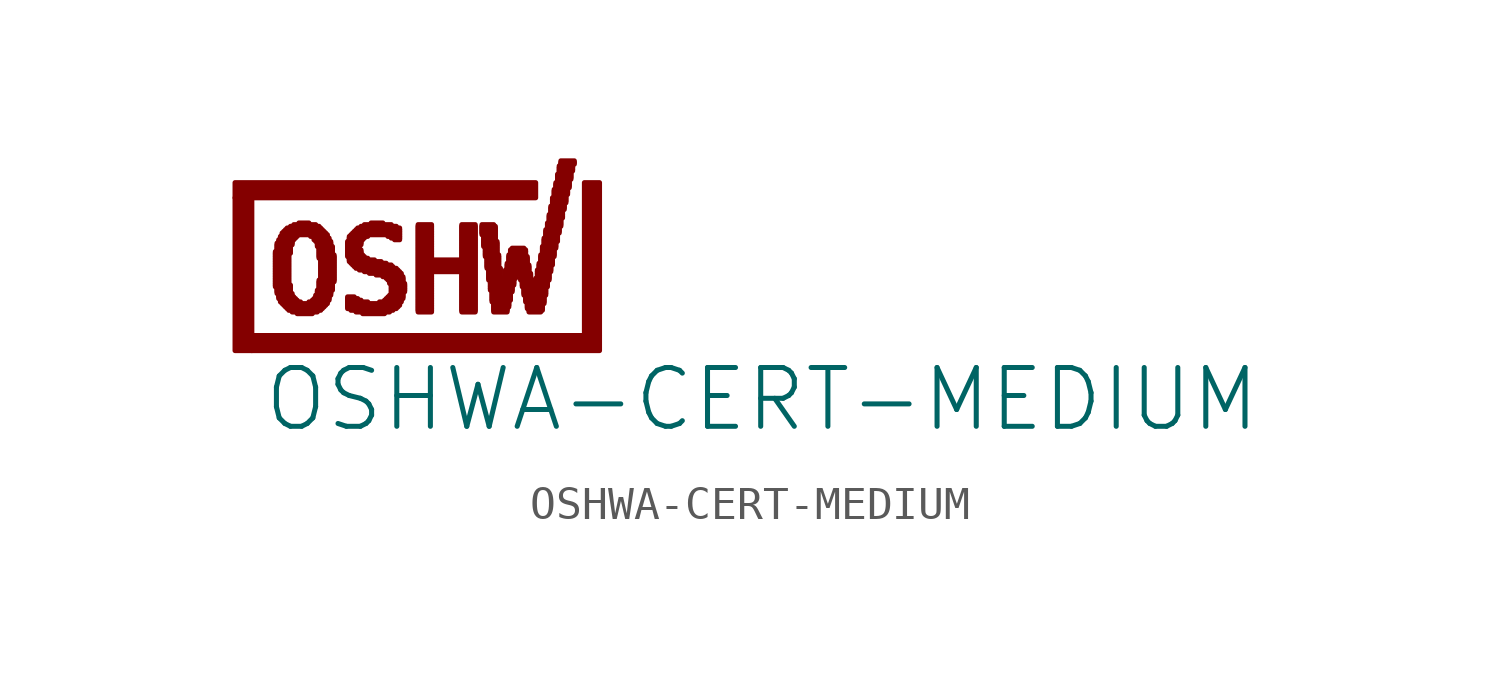
<source format=kicad_sym>
(kicad_symbol_lib
  (version 20211014)
  (generator kicad_symbol_editor)
  (symbol "OSHWA-CERT-MEDIUM"
    (property "Reference" "LABEL"
      (at 0 0 0)
      (effects (font (size 1.27 1.27)) hide))
    (property "Value" "OSHWA-CERT-MEDIUM"
      (at -4.699 -2.54 0)
      (effects (font (size 1.778 1.778)) (justify left bottom)))
    (property "ki_locked" ""
      (at 0 0 0)
      (effects (font (size 1.27 1.27))))
    (symbol "OSHWA-CERT-MEDIUM_1_0"
      (rectangle (start -5.512 -0.025) (end -5.004 4.597) (stroke (width 0) (type default) (color 0 0 0 0)) (fill (type outline)))
      (rectangle (start -5.512 4.597) (end 3.581 5.055) (stroke (width 0) (type default) (color 0 0 0 0)) (fill (type outline)))
      (rectangle (start -5.004 -0.025) (end 5.512 0.432) (stroke (width 0) (type default) (color 0 0 0 0)) (fill (type outline)))
      (rectangle (start -4.293 1.905) (end -3.835 1.956) (stroke (width 0) (type default) (color 0 0 0 0)) (fill (type outline)))
      (rectangle (start -4.293 1.956) (end -3.886 2.007) (stroke (width 0) (type default) (color 0 0 0 0)) (fill (type outline)))
      (rectangle (start -4.293 2.007) (end -3.886 2.057) (stroke (width 0) (type default) (color 0 0 0 0)) (fill (type outline)))
      (rectangle (start -4.293 2.057) (end -3.886 2.108) (stroke (width 0) (type default) (color 0 0 0 0)) (fill (type outline)))
      (rectangle (start -4.293 2.108) (end -3.886 2.159) (stroke (width 0) (type default) (color 0 0 0 0)) (fill (type outline)))
      (rectangle (start -4.293 2.159) (end -3.886 2.21) (stroke (width 0) (type default) (color 0 0 0 0)) (fill (type outline)))
      (rectangle (start -4.293 2.21) (end -3.886 2.261) (stroke (width 0) (type default) (color 0 0 0 0)) (fill (type outline)))
      (rectangle (start -4.293 2.261) (end -3.886 2.311) (stroke (width 0) (type default) (color 0 0 0 0)) (fill (type outline)))
      (rectangle (start -4.293 2.311) (end -3.886 2.362) (stroke (width 0) (type default) (color 0 0 0 0)) (fill (type outline)))
      (rectangle (start -4.293 2.362) (end -3.886 2.413) (stroke (width 0) (type default) (color 0 0 0 0)) (fill (type outline)))
      (rectangle (start -4.293 2.413) (end -3.886 2.464) (stroke (width 0) (type default) (color 0 0 0 0)) (fill (type outline)))
      (rectangle (start -4.293 2.464) (end -3.886 2.515) (stroke (width 0) (type default) (color 0 0 0 0)) (fill (type outline)))
      (rectangle (start -4.293 2.515) (end -3.886 2.565) (stroke (width 0) (type default) (color 0 0 0 0)) (fill (type outline)))
      (rectangle (start -4.293 2.565) (end -3.886 2.616) (stroke (width 0) (type default) (color 0 0 0 0)) (fill (type outline)))
      (rectangle (start -4.293 2.616) (end -3.886 2.667) (stroke (width 0) (type default) (color 0 0 0 0)) (fill (type outline)))
      (rectangle (start -4.293 2.667) (end -3.886 2.718) (stroke (width 0) (type default) (color 0 0 0 0)) (fill (type outline)))
      (rectangle (start -4.293 2.718) (end -3.886 2.769) (stroke (width 0) (type default) (color 0 0 0 0)) (fill (type outline)))
      (rectangle (start -4.293 2.769) (end -3.886 2.819) (stroke (width 0) (type default) (color 0 0 0 0)) (fill (type outline)))
      (rectangle (start -4.293 2.819) (end -3.886 2.87) (stroke (width 0) (type default) (color 0 0 0 0)) (fill (type outline)))
      (rectangle (start -4.293 2.87) (end -3.886 2.921) (stroke (width 0) (type default) (color 0 0 0 0)) (fill (type outline)))
      (rectangle (start -4.293 2.921) (end -3.835 2.972) (stroke (width 0) (type default) (color 0 0 0 0)) (fill (type outline)))
      (rectangle (start -4.242 1.702) (end -3.835 1.753) (stroke (width 0) (type default) (color 0 0 0 0)) (fill (type outline)))
      (rectangle (start -4.242 1.753) (end -3.835 1.803) (stroke (width 0) (type default) (color 0 0 0 0)) (fill (type outline)))
      (rectangle (start -4.242 1.803) (end -3.835 1.854) (stroke (width 0) (type default) (color 0 0 0 0)) (fill (type outline)))
      (rectangle (start -4.242 1.854) (end -3.835 1.905) (stroke (width 0) (type default) (color 0 0 0 0)) (fill (type outline)))
      (rectangle (start -4.242 2.972) (end -3.835 3.023) (stroke (width 0) (type default) (color 0 0 0 0)) (fill (type outline)))
      (rectangle (start -4.242 3.023) (end -3.835 3.073) (stroke (width 0) (type default) (color 0 0 0 0)) (fill (type outline)))
      (rectangle (start -4.242 3.073) (end -3.835 3.124) (stroke (width 0) (type default) (color 0 0 0 0)) (fill (type outline)))
      (rectangle (start -4.242 3.124) (end -3.835 3.175) (stroke (width 0) (type default) (color 0 0 0 0)) (fill (type outline)))
      (rectangle (start -4.242 3.175) (end -3.785 3.226) (stroke (width 0) (type default) (color 0 0 0 0)) (fill (type outline)))
      (rectangle (start -4.191 1.549) (end -3.734 1.6) (stroke (width 0) (type default) (color 0 0 0 0)) (fill (type outline)))
      (rectangle (start -4.191 1.6) (end -3.785 1.651) (stroke (width 0) (type default) (color 0 0 0 0)) (fill (type outline)))
      (rectangle (start -4.191 1.651) (end -3.785 1.702) (stroke (width 0) (type default) (color 0 0 0 0)) (fill (type outline)))
      (rectangle (start -4.191 3.226) (end -3.785 3.277) (stroke (width 0) (type default) (color 0 0 0 0)) (fill (type outline)))
      (rectangle (start -4.191 3.277) (end -3.785 3.327) (stroke (width 0) (type default) (color 0 0 0 0)) (fill (type outline)))
      (rectangle (start -4.14 1.448) (end -3.632 1.499) (stroke (width 0) (type default) (color 0 0 0 0)) (fill (type outline)))
      (rectangle (start -4.14 1.499) (end -3.683 1.549) (stroke (width 0) (type default) (color 0 0 0 0)) (fill (type outline)))
      (rectangle (start -4.14 3.327) (end -3.734 3.378) (stroke (width 0) (type default) (color 0 0 0 0)) (fill (type outline)))
      (rectangle (start -4.14 3.378) (end -3.683 3.429) (stroke (width 0) (type default) (color 0 0 0 0)) (fill (type outline)))
      (rectangle (start -4.089 1.397) (end -3.531 1.448) (stroke (width 0) (type default) (color 0 0 0 0)) (fill (type outline)))
      (rectangle (start -4.089 3.429) (end -3.632 3.48) (stroke (width 0) (type default) (color 0 0 0 0)) (fill (type outline)))
      (rectangle (start -4.089 3.48) (end -2.769 3.531) (stroke (width 0) (type default) (color 0 0 0 0)) (fill (type outline)))
      (rectangle (start -4.039 1.346) (end -2.769 1.397) (stroke (width 0) (type default) (color 0 0 0 0)) (fill (type outline)))
      (rectangle (start -4.039 3.531) (end -2.819 3.581) (stroke (width 0) (type default) (color 0 0 0 0)) (fill (type outline)))
      (rectangle (start -3.988 1.295) (end -2.819 1.346) (stroke (width 0) (type default) (color 0 0 0 0)) (fill (type outline)))
      (rectangle (start -3.988 3.581) (end -2.87 3.632) (stroke (width 0) (type default) (color 0 0 0 0)) (fill (type outline)))
      (rectangle (start -3.937 1.245) (end -2.87 1.295) (stroke (width 0) (type default) (color 0 0 0 0)) (fill (type outline)))
      (rectangle (start -3.937 3.632) (end -2.921 3.683) (stroke (width 0) (type default) (color 0 0 0 0)) (fill (type outline)))
      (rectangle (start -3.886 1.194) (end -2.921 1.245) (stroke (width 0) (type default) (color 0 0 0 0)) (fill (type outline)))
      (rectangle (start -3.835 3.683) (end -2.972 3.734) (stroke (width 0) (type default) (color 0 0 0 0)) (fill (type outline)))
      (rectangle (start -3.785 1.143) (end -3.023 1.194) (stroke (width 0) (type default) (color 0 0 0 0)) (fill (type outline)))
      (rectangle (start -3.734 3.734) (end -3.073 3.785) (stroke (width 0) (type default) (color 0 0 0 0)) (fill (type outline)))
      (rectangle (start -3.632 1.092) (end -3.175 1.143) (stroke (width 0) (type default) (color 0 0 0 0)) (fill (type outline)))
      (rectangle (start -3.581 3.785) (end -3.277 3.835) (stroke (width 0) (type default) (color 0 0 0 0)) (fill (type outline)))
      (rectangle (start -3.277 1.397) (end -2.718 1.448) (stroke (width 0) (type default) (color 0 0 0 0)) (fill (type outline)))
      (rectangle (start -3.226 3.429) (end -2.718 3.48) (stroke (width 0) (type default) (color 0 0 0 0)) (fill (type outline)))
      (rectangle (start -3.175 1.448) (end -2.718 1.499) (stroke (width 0) (type default) (color 0 0 0 0)) (fill (type outline)))
      (rectangle (start -3.124 1.499) (end -2.667 1.549) (stroke (width 0) (type default) (color 0 0 0 0)) (fill (type outline)))
      (rectangle (start -3.124 3.327) (end -2.667 3.378) (stroke (width 0) (type default) (color 0 0 0 0)) (fill (type outline)))
      (rectangle (start -3.124 3.378) (end -2.718 3.429) (stroke (width 0) (type default) (color 0 0 0 0)) (fill (type outline)))
      (rectangle (start -3.073 1.549) (end -2.667 1.6) (stroke (width 0) (type default) (color 0 0 0 0)) (fill (type outline)))
      (rectangle (start -3.073 1.6) (end -2.667 1.651) (stroke (width 0) (type default) (color 0 0 0 0)) (fill (type outline)))
      (rectangle (start -3.073 3.277) (end -2.667 3.327) (stroke (width 0) (type default) (color 0 0 0 0)) (fill (type outline)))
      (rectangle (start -3.023 1.651) (end -2.616 1.702) (stroke (width 0) (type default) (color 0 0 0 0)) (fill (type outline)))
      (rectangle (start -3.023 1.702) (end -2.616 1.753) (stroke (width 0) (type default) (color 0 0 0 0)) (fill (type outline)))
      (rectangle (start -3.023 1.753) (end -2.616 1.803) (stroke (width 0) (type default) (color 0 0 0 0)) (fill (type outline)))
      (rectangle (start -3.023 3.124) (end -2.616 3.175) (stroke (width 0) (type default) (color 0 0 0 0)) (fill (type outline)))
      (rectangle (start -3.023 3.175) (end -2.616 3.226) (stroke (width 0) (type default) (color 0 0 0 0)) (fill (type outline)))
      (rectangle (start -3.023 3.226) (end -2.616 3.277) (stroke (width 0) (type default) (color 0 0 0 0)) (fill (type outline)))
      (rectangle (start -2.972 1.803) (end -2.565 1.854) (stroke (width 0) (type default) (color 0 0 0 0)) (fill (type outline)))
      (rectangle (start -2.972 1.854) (end -2.565 1.905) (stroke (width 0) (type default) (color 0 0 0 0)) (fill (type outline)))
      (rectangle (start -2.972 1.905) (end -2.565 1.956) (stroke (width 0) (type default) (color 0 0 0 0)) (fill (type outline)))
      (rectangle (start -2.972 1.956) (end -2.565 2.007) (stroke (width 0) (type default) (color 0 0 0 0)) (fill (type outline)))
      (rectangle (start -2.972 2.007) (end -2.565 2.057) (stroke (width 0) (type default) (color 0 0 0 0)) (fill (type outline)))
      (rectangle (start -2.972 2.057) (end -2.515 2.108) (stroke (width 0) (type default) (color 0 0 0 0)) (fill (type outline)))
      (rectangle (start -2.972 2.769) (end -2.515 2.819) (stroke (width 0) (type default) (color 0 0 0 0)) (fill (type outline)))
      (rectangle (start -2.972 2.819) (end -2.515 2.87) (stroke (width 0) (type default) (color 0 0 0 0)) (fill (type outline)))
      (rectangle (start -2.972 2.87) (end -2.565 2.921) (stroke (width 0) (type default) (color 0 0 0 0)) (fill (type outline)))
      (rectangle (start -2.972 2.921) (end -2.565 2.972) (stroke (width 0) (type default) (color 0 0 0 0)) (fill (type outline)))
      (rectangle (start -2.972 2.972) (end -2.565 3.023) (stroke (width 0) (type default) (color 0 0 0 0)) (fill (type outline)))
      (rectangle (start -2.972 3.023) (end -2.565 3.073) (stroke (width 0) (type default) (color 0 0 0 0)) (fill (type outline)))
      (rectangle (start -2.972 3.073) (end -2.565 3.124) (stroke (width 0) (type default) (color 0 0 0 0)) (fill (type outline)))
      (rectangle (start -2.921 2.108) (end -2.515 2.159) (stroke (width 0) (type default) (color 0 0 0 0)) (fill (type outline)))
      (rectangle (start -2.921 2.159) (end -2.515 2.21) (stroke (width 0) (type default) (color 0 0 0 0)) (fill (type outline)))
      (rectangle (start -2.921 2.21) (end -2.515 2.261) (stroke (width 0) (type default) (color 0 0 0 0)) (fill (type outline)))
      (rectangle (start -2.921 2.261) (end -2.515 2.311) (stroke (width 0) (type default) (color 0 0 0 0)) (fill (type outline)))
      (rectangle (start -2.921 2.311) (end -2.515 2.362) (stroke (width 0) (type default) (color 0 0 0 0)) (fill (type outline)))
      (rectangle (start -2.921 2.362) (end -2.515 2.413) (stroke (width 0) (type default) (color 0 0 0 0)) (fill (type outline)))
      (rectangle (start -2.921 2.413) (end -2.515 2.464) (stroke (width 0) (type default) (color 0 0 0 0)) (fill (type outline)))
      (rectangle (start -2.921 2.464) (end -2.515 2.515) (stroke (width 0) (type default) (color 0 0 0 0)) (fill (type outline)))
      (rectangle (start -2.921 2.515) (end -2.515 2.565) (stroke (width 0) (type default) (color 0 0 0 0)) (fill (type outline)))
      (rectangle (start -2.921 2.565) (end -2.515 2.616) (stroke (width 0) (type default) (color 0 0 0 0)) (fill (type outline)))
      (rectangle (start -2.921 2.616) (end -2.515 2.667) (stroke (width 0) (type default) (color 0 0 0 0)) (fill (type outline)))
      (rectangle (start -2.921 2.667) (end -2.515 2.718) (stroke (width 0) (type default) (color 0 0 0 0)) (fill (type outline)))
      (rectangle (start -2.921 2.718) (end -2.515 2.769) (stroke (width 0) (type default) (color 0 0 0 0)) (fill (type outline)))
      (rectangle (start -2.108 1.245) (end -0.635 1.295) (stroke (width 0) (type default) (color 0 0 0 0)) (fill (type outline)))
      (rectangle (start -2.108 1.295) (end -0.584 1.346) (stroke (width 0) (type default) (color 0 0 0 0)) (fill (type outline)))
      (rectangle (start -2.108 1.346) (end -0.533 1.397) (stroke (width 0) (type default) (color 0 0 0 0)) (fill (type outline)))
      (rectangle (start -2.108 1.397) (end -1.499 1.448) (stroke (width 0) (type default) (color 0 0 0 0)) (fill (type outline)))
      (rectangle (start -2.108 1.448) (end -1.702 1.499) (stroke (width 0) (type default) (color 0 0 0 0)) (fill (type outline)))
      (rectangle (start -2.108 1.499) (end -1.803 1.549) (stroke (width 0) (type default) (color 0 0 0 0)) (fill (type outline)))
      (rectangle (start -2.108 1.549) (end -1.905 1.6) (stroke (width 0) (type default) (color 0 0 0 0)) (fill (type outline)))
      (rectangle (start -2.108 2.819) (end -1.651 2.87) (stroke (width 0) (type default) (color 0 0 0 0)) (fill (type outline)))
      (rectangle (start -2.108 2.87) (end -1.702 2.921) (stroke (width 0) (type default) (color 0 0 0 0)) (fill (type outline)))
      (rectangle (start -2.108 2.921) (end -1.702 2.972) (stroke (width 0) (type default) (color 0 0 0 0)) (fill (type outline)))
      (rectangle (start -2.108 2.972) (end -1.702 3.023) (stroke (width 0) (type default) (color 0 0 0 0)) (fill (type outline)))
      (rectangle (start -2.108 3.023) (end -1.753 3.073) (stroke (width 0) (type default) (color 0 0 0 0)) (fill (type outline)))
      (rectangle (start -2.108 3.073) (end -1.753 3.124) (stroke (width 0) (type default) (color 0 0 0 0)) (fill (type outline)))
      (rectangle (start -2.108 3.124) (end -1.753 3.175) (stroke (width 0) (type default) (color 0 0 0 0)) (fill (type outline)))
      (rectangle (start -2.108 3.175) (end -1.702 3.226) (stroke (width 0) (type default) (color 0 0 0 0)) (fill (type outline)))
      (rectangle (start -2.108 3.226) (end -1.702 3.277) (stroke (width 0) (type default) (color 0 0 0 0)) (fill (type outline)))
      (rectangle (start -2.057 2.667) (end -1.295 2.718) (stroke (width 0) (type default) (color 0 0 0 0)) (fill (type outline)))
      (rectangle (start -2.057 2.718) (end -1.499 2.769) (stroke (width 0) (type default) (color 0 0 0 0)) (fill (type outline)))
      (rectangle (start -2.057 2.769) (end -1.6 2.819) (stroke (width 0) (type default) (color 0 0 0 0)) (fill (type outline)))
      (rectangle (start -2.057 3.277) (end -1.702 3.327) (stroke (width 0) (type default) (color 0 0 0 0)) (fill (type outline)))
      (rectangle (start -2.057 3.327) (end -1.651 3.378) (stroke (width 0) (type default) (color 0 0 0 0)) (fill (type outline)))
      (rectangle (start -2.057 3.378) (end -1.6 3.429) (stroke (width 0) (type default) (color 0 0 0 0)) (fill (type outline)))
      (rectangle (start -2.007 1.194) (end -0.737 1.245) (stroke (width 0) (type default) (color 0 0 0 0)) (fill (type outline)))
      (rectangle (start -2.007 2.616) (end -1.092 2.667) (stroke (width 0) (type default) (color 0 0 0 0)) (fill (type outline)))
      (rectangle (start -2.007 3.429) (end -1.499 3.48) (stroke (width 0) (type default) (color 0 0 0 0)) (fill (type outline)))
      (rectangle (start -1.956 2.565) (end -0.94 2.616) (stroke (width 0) (type default) (color 0 0 0 0)) (fill (type outline)))
      (rectangle (start -1.956 3.48) (end -0.533 3.531) (stroke (width 0) (type default) (color 0 0 0 0)) (fill (type outline)))
      (rectangle (start -1.905 2.515) (end -0.787 2.565) (stroke (width 0) (type default) (color 0 0 0 0)) (fill (type outline)))
      (rectangle (start -1.905 3.531) (end -0.533 3.581) (stroke (width 0) (type default) (color 0 0 0 0)) (fill (type outline)))
      (rectangle (start -1.854 1.143) (end -0.838 1.194) (stroke (width 0) (type default) (color 0 0 0 0)) (fill (type outline)))
      (rectangle (start -1.854 2.464) (end -0.737 2.515) (stroke (width 0) (type default) (color 0 0 0 0)) (fill (type outline)))
      (rectangle (start -1.854 3.581) (end -0.533 3.632) (stroke (width 0) (type default) (color 0 0 0 0)) (fill (type outline)))
      (rectangle (start -1.803 3.632) (end -0.533 3.683) (stroke (width 0) (type default) (color 0 0 0 0)) (fill (type outline)))
      (rectangle (start -1.753 2.413) (end -0.635 2.464) (stroke (width 0) (type default) (color 0 0 0 0)) (fill (type outline)))
      (rectangle (start -1.702 3.683) (end -0.635 3.734) (stroke (width 0) (type default) (color 0 0 0 0)) (fill (type outline)))
      (rectangle (start -1.651 1.092) (end -0.991 1.143) (stroke (width 0) (type default) (color 0 0 0 0)) (fill (type outline)))
      (rectangle (start -1.6 2.362) (end -0.584 2.413) (stroke (width 0) (type default) (color 0 0 0 0)) (fill (type outline)))
      (rectangle (start -1.6 3.734) (end -0.787 3.785) (stroke (width 0) (type default) (color 0 0 0 0)) (fill (type outline)))
      (rectangle (start -1.448 2.311) (end -0.533 2.362) (stroke (width 0) (type default) (color 0 0 0 0)) (fill (type outline)))
      (rectangle (start -1.397 3.785) (end -1.041 3.835) (stroke (width 0) (type default) (color 0 0 0 0)) (fill (type outline)))
      (rectangle (start -1.245 2.261) (end -0.483 2.311) (stroke (width 0) (type default) (color 0 0 0 0)) (fill (type outline)))
      (rectangle (start -1.143 1.397) (end -0.533 1.448) (stroke (width 0) (type default) (color 0 0 0 0)) (fill (type outline)))
      (rectangle (start -1.041 2.21) (end -0.483 2.261) (stroke (width 0) (type default) (color 0 0 0 0)) (fill (type outline)))
      (rectangle (start -0.991 1.448) (end -0.483 1.499) (stroke (width 0) (type default) (color 0 0 0 0)) (fill (type outline)))
      (rectangle (start -0.94 1.499) (end -0.483 1.549) (stroke (width 0) (type default) (color 0 0 0 0)) (fill (type outline)))
      (rectangle (start -0.94 2.159) (end -0.432 2.21) (stroke (width 0) (type default) (color 0 0 0 0)) (fill (type outline)))
      (rectangle (start -0.889 1.549) (end -0.432 1.6) (stroke (width 0) (type default) (color 0 0 0 0)) (fill (type outline)))
      (rectangle (start -0.889 2.108) (end -0.432 2.159) (stroke (width 0) (type default) (color 0 0 0 0)) (fill (type outline)))
      (rectangle (start -0.889 3.429) (end -0.533 3.48) (stroke (width 0) (type default) (color 0 0 0 0)) (fill (type outline)))
      (rectangle (start -0.838 1.6) (end -0.432 1.651) (stroke (width 0) (type default) (color 0 0 0 0)) (fill (type outline)))
      (rectangle (start -0.838 2.007) (end -0.432 2.057) (stroke (width 0) (type default) (color 0 0 0 0)) (fill (type outline)))
      (rectangle (start -0.838 2.057) (end -0.432 2.108) (stroke (width 0) (type default) (color 0 0 0 0)) (fill (type outline)))
      (rectangle (start -0.787 1.651) (end -0.432 1.702) (stroke (width 0) (type default) (color 0 0 0 0)) (fill (type outline)))
      (rectangle (start -0.787 1.702) (end -0.432 1.753) (stroke (width 0) (type default) (color 0 0 0 0)) (fill (type outline)))
      (rectangle (start -0.787 1.753) (end -0.381 1.803) (stroke (width 0) (type default) (color 0 0 0 0)) (fill (type outline)))
      (rectangle (start -0.787 1.803) (end -0.381 1.854) (stroke (width 0) (type default) (color 0 0 0 0)) (fill (type outline)))
      (rectangle (start -0.787 1.854) (end -0.381 1.905) (stroke (width 0) (type default) (color 0 0 0 0)) (fill (type outline)))
      (rectangle (start -0.787 1.905) (end -0.381 1.956) (stroke (width 0) (type default) (color 0 0 0 0)) (fill (type outline)))
      (rectangle (start -0.787 1.956) (end -0.381 2.007) (stroke (width 0) (type default) (color 0 0 0 0)) (fill (type outline)))
      (rectangle (start -0.787 3.378) (end -0.533 3.429) (stroke (width 0) (type default) (color 0 0 0 0)) (fill (type outline)))
      (rectangle (start -0.686 3.327) (end -0.533 3.378) (stroke (width 0) (type default) (color 0 0 0 0)) (fill (type outline)))
      (rectangle (start 0.025 1.143) (end 0.432 1.194) (stroke (width 0) (type default) (color 0 0 0 0)) (fill (type outline)))
      (rectangle (start 0.025 1.194) (end 0.432 1.245) (stroke (width 0) (type default) (color 0 0 0 0)) (fill (type outline)))
      (rectangle (start 0.025 1.245) (end 0.432 1.295) (stroke (width 0) (type default) (color 0 0 0 0)) (fill (type outline)))
      (rectangle (start 0.025 1.295) (end 0.432 1.346) (stroke (width 0) (type default) (color 0 0 0 0)) (fill (type outline)))
      (rectangle (start 0.025 1.346) (end 0.432 1.397) (stroke (width 0) (type default) (color 0 0 0 0)) (fill (type outline)))
      (rectangle (start 0.025 1.397) (end 0.432 1.448) (stroke (width 0) (type default) (color 0 0 0 0)) (fill (type outline)))
      (rectangle (start 0.025 1.448) (end 0.432 1.499) (stroke (width 0) (type default) (color 0 0 0 0)) (fill (type outline)))
      (rectangle (start 0.025 1.499) (end 0.432 1.549) (stroke (width 0) (type default) (color 0 0 0 0)) (fill (type outline)))
      (rectangle (start 0.025 1.549) (end 0.432 1.6) (stroke (width 0) (type default) (color 0 0 0 0)) (fill (type outline)))
      (rectangle (start 0.025 1.6) (end 0.432 1.651) (stroke (width 0) (type default) (color 0 0 0 0)) (fill (type outline)))
      (rectangle (start 0.025 1.651) (end 0.432 1.702) (stroke (width 0) (type default) (color 0 0 0 0)) (fill (type outline)))
      (rectangle (start 0.025 1.702) (end 0.432 1.753) (stroke (width 0) (type default) (color 0 0 0 0)) (fill (type outline)))
      (rectangle (start 0.025 1.753) (end 0.432 1.803) (stroke (width 0) (type default) (color 0 0 0 0)) (fill (type outline)))
      (rectangle (start 0.025 1.803) (end 0.432 1.854) (stroke (width 0) (type default) (color 0 0 0 0)) (fill (type outline)))
      (rectangle (start 0.025 1.854) (end 0.432 1.905) (stroke (width 0) (type default) (color 0 0 0 0)) (fill (type outline)))
      (rectangle (start 0.025 1.905) (end 0.432 1.956) (stroke (width 0) (type default) (color 0 0 0 0)) (fill (type outline)))
      (rectangle (start 0.025 1.956) (end 0.432 2.007) (stroke (width 0) (type default) (color 0 0 0 0)) (fill (type outline)))
      (rectangle (start 0.025 2.007) (end 0.432 2.057) (stroke (width 0) (type default) (color 0 0 0 0)) (fill (type outline)))
      (rectangle (start 0.025 2.057) (end 0.432 2.108) (stroke (width 0) (type default) (color 0 0 0 0)) (fill (type outline)))
      (rectangle (start 0.025 2.108) (end 0.432 2.159) (stroke (width 0) (type default) (color 0 0 0 0)) (fill (type outline)))
      (rectangle (start 0.025 2.159) (end 0.432 2.21) (stroke (width 0) (type default) (color 0 0 0 0)) (fill (type outline)))
      (rectangle (start 0.025 2.21) (end 0.432 2.261) (stroke (width 0) (type default) (color 0 0 0 0)) (fill (type outline)))
      (rectangle (start 0.025 2.261) (end 0.432 2.311) (stroke (width 0) (type default) (color 0 0 0 0)) (fill (type outline)))
      (rectangle (start 0.025 2.311) (end 0.432 2.362) (stroke (width 0) (type default) (color 0 0 0 0)) (fill (type outline)))
      (rectangle (start 0.025 2.362) (end 1.753 2.413) (stroke (width 0) (type default) (color 0 0 0 0)) (fill (type outline)))
      (rectangle (start 0.025 2.413) (end 1.753 2.464) (stroke (width 0) (type default) (color 0 0 0 0)) (fill (type outline)))
      (rectangle (start 0.025 2.464) (end 1.753 2.515) (stroke (width 0) (type default) (color 0 0 0 0)) (fill (type outline)))
      (rectangle (start 0.025 2.515) (end 1.753 2.565) (stroke (width 0) (type default) (color 0 0 0 0)) (fill (type outline)))
      (rectangle (start 0.025 2.565) (end 1.753 2.616) (stroke (width 0) (type default) (color 0 0 0 0)) (fill (type outline)))
      (rectangle (start 0.025 2.616) (end 1.753 2.667) (stroke (width 0) (type default) (color 0 0 0 0)) (fill (type outline)))
      (rectangle (start 0.025 2.667) (end 1.753 2.718) (stroke (width 0) (type default) (color 0 0 0 0)) (fill (type outline)))
      (rectangle (start 0.025 2.718) (end 0.432 2.769) (stroke (width 0) (type default) (color 0 0 0 0)) (fill (type outline)))
      (rectangle (start 0.025 2.769) (end 0.432 2.819) (stroke (width 0) (type default) (color 0 0 0 0)) (fill (type outline)))
      (rectangle (start 0.025 2.819) (end 0.432 2.87) (stroke (width 0) (type default) (color 0 0 0 0)) (fill (type outline)))
      (rectangle (start 0.025 2.87) (end 0.432 2.921) (stroke (width 0) (type default) (color 0 0 0 0)) (fill (type outline)))
      (rectangle (start 0.025 2.921) (end 0.432 2.972) (stroke (width 0) (type default) (color 0 0 0 0)) (fill (type outline)))
      (rectangle (start 0.025 2.972) (end 0.432 3.023) (stroke (width 0) (type default) (color 0 0 0 0)) (fill (type outline)))
      (rectangle (start 0.025 3.023) (end 0.432 3.073) (stroke (width 0) (type default) (color 0 0 0 0)) (fill (type outline)))
      (rectangle (start 0.025 3.073) (end 0.432 3.124) (stroke (width 0) (type default) (color 0 0 0 0)) (fill (type outline)))
      (rectangle (start 0.025 3.124) (end 0.432 3.175) (stroke (width 0) (type default) (color 0 0 0 0)) (fill (type outline)))
      (rectangle (start 0.025 3.175) (end 0.432 3.226) (stroke (width 0) (type default) (color 0 0 0 0)) (fill (type outline)))
      (rectangle (start 0.025 3.226) (end 0.432 3.277) (stroke (width 0) (type default) (color 0 0 0 0)) (fill (type outline)))
      (rectangle (start 0.025 3.277) (end 0.432 3.327) (stroke (width 0) (type default) (color 0 0 0 0)) (fill (type outline)))
      (rectangle (start 0.025 3.327) (end 0.432 3.378) (stroke (width 0) (type default) (color 0 0 0 0)) (fill (type outline)))
      (rectangle (start 0.025 3.378) (end 0.432 3.429) (stroke (width 0) (type default) (color 0 0 0 0)) (fill (type outline)))
      (rectangle (start 0.025 3.429) (end 0.432 3.48) (stroke (width 0) (type default) (color 0 0 0 0)) (fill (type outline)))
      (rectangle (start 0.025 3.48) (end 0.432 3.531) (stroke (width 0) (type default) (color 0 0 0 0)) (fill (type outline)))
      (rectangle (start 0.025 3.531) (end 0.432 3.581) (stroke (width 0) (type default) (color 0 0 0 0)) (fill (type outline)))
      (rectangle (start 0.025 3.581) (end 0.432 3.632) (stroke (width 0) (type default) (color 0 0 0 0)) (fill (type outline)))
      (rectangle (start 0.025 3.632) (end 0.432 3.683) (stroke (width 0) (type default) (color 0 0 0 0)) (fill (type outline)))
      (rectangle (start 0.025 3.683) (end 0.432 3.734) (stroke (width 0) (type default) (color 0 0 0 0)) (fill (type outline)))
      (rectangle (start 0.025 3.734) (end 0.432 3.785) (stroke (width 0) (type default) (color 0 0 0 0)) (fill (type outline)))
      (rectangle (start 1.346 1.143) (end 1.753 1.194) (stroke (width 0) (type default) (color 0 0 0 0)) (fill (type outline)))
      (rectangle (start 1.346 1.194) (end 1.753 1.245) (stroke (width 0) (type default) (color 0 0 0 0)) (fill (type outline)))
      (rectangle (start 1.346 1.245) (end 1.753 1.295) (stroke (width 0) (type default) (color 0 0 0 0)) (fill (type outline)))
      (rectangle (start 1.346 1.295) (end 1.753 1.346) (stroke (width 0) (type default) (color 0 0 0 0)) (fill (type outline)))
      (rectangle (start 1.346 1.346) (end 1.753 1.397) (stroke (width 0) (type default) (color 0 0 0 0)) (fill (type outline)))
      (rectangle (start 1.346 1.397) (end 1.753 1.448) (stroke (width 0) (type default) (color 0 0 0 0)) (fill (type outline)))
      (rectangle (start 1.346 1.448) (end 1.753 1.499) (stroke (width 0) (type default) (color 0 0 0 0)) (fill (type outline)))
      (rectangle (start 1.346 1.499) (end 1.753 1.549) (stroke (width 0) (type default) (color 0 0 0 0)) (fill (type outline)))
      (rectangle (start 1.346 1.549) (end 1.753 1.6) (stroke (width 0) (type default) (color 0 0 0 0)) (fill (type outline)))
      (rectangle (start 1.346 1.6) (end 1.753 1.651) (stroke (width 0) (type default) (color 0 0 0 0)) (fill (type outline)))
      (rectangle (start 1.346 1.651) (end 1.753 1.702) (stroke (width 0) (type default) (color 0 0 0 0)) (fill (type outline)))
      (rectangle (start 1.346 1.702) (end 1.753 1.753) (stroke (width 0) (type default) (color 0 0 0 0)) (fill (type outline)))
      (rectangle (start 1.346 1.753) (end 1.753 1.803) (stroke (width 0) (type default) (color 0 0 0 0)) (fill (type outline)))
      (rectangle (start 1.346 1.803) (end 1.753 1.854) (stroke (width 0) (type default) (color 0 0 0 0)) (fill (type outline)))
      (rectangle (start 1.346 1.854) (end 1.753 1.905) (stroke (width 0) (type default) (color 0 0 0 0)) (fill (type outline)))
      (rectangle (start 1.346 1.905) (end 1.753 1.956) (stroke (width 0) (type default) (color 0 0 0 0)) (fill (type outline)))
      (rectangle (start 1.346 1.956) (end 1.753 2.007) (stroke (width 0) (type default) (color 0 0 0 0)) (fill (type outline)))
      (rectangle (start 1.346 2.007) (end 1.753 2.057) (stroke (width 0) (type default) (color 0 0 0 0)) (fill (type outline)))
      (rectangle (start 1.346 2.057) (end 1.753 2.108) (stroke (width 0) (type default) (color 0 0 0 0)) (fill (type outline)))
      (rectangle (start 1.346 2.108) (end 1.753 2.159) (stroke (width 0) (type default) (color 0 0 0 0)) (fill (type outline)))
      (rectangle (start 1.346 2.159) (end 1.753 2.21) (stroke (width 0) (type default) (color 0 0 0 0)) (fill (type outline)))
      (rectangle (start 1.346 2.21) (end 1.753 2.261) (stroke (width 0) (type default) (color 0 0 0 0)) (fill (type outline)))
      (rectangle (start 1.346 2.261) (end 1.753 2.311) (stroke (width 0) (type default) (color 0 0 0 0)) (fill (type outline)))
      (rectangle (start 1.346 2.311) (end 1.753 2.362) (stroke (width 0) (type default) (color 0 0 0 0)) (fill (type outline)))
      (rectangle (start 1.346 2.718) (end 1.753 2.769) (stroke (width 0) (type default) (color 0 0 0 0)) (fill (type outline)))
      (rectangle (start 1.346 2.769) (end 1.753 2.819) (stroke (width 0) (type default) (color 0 0 0 0)) (fill (type outline)))
      (rectangle (start 1.346 2.819) (end 1.753 2.87) (stroke (width 0) (type default) (color 0 0 0 0)) (fill (type outline)))
      (rectangle (start 1.346 2.87) (end 1.753 2.921) (stroke (width 0) (type default) (color 0 0 0 0)) (fill (type outline)))
      (rectangle (start 1.346 2.921) (end 1.753 2.972) (stroke (width 0) (type default) (color 0 0 0 0)) (fill (type outline)))
      (rectangle (start 1.346 2.972) (end 1.753 3.023) (stroke (width 0) (type default) (color 0 0 0 0)) (fill (type outline)))
      (rectangle (start 1.346 3.023) (end 1.753 3.073) (stroke (width 0) (type default) (color 0 0 0 0)) (fill (type outline)))
      (rectangle (start 1.346 3.073) (end 1.753 3.124) (stroke (width 0) (type default) (color 0 0 0 0)) (fill (type outline)))
      (rectangle (start 1.346 3.124) (end 1.753 3.175) (stroke (width 0) (type default) (color 0 0 0 0)) (fill (type outline)))
      (rectangle (start 1.346 3.175) (end 1.753 3.226) (stroke (width 0) (type default) (color 0 0 0 0)) (fill (type outline)))
      (rectangle (start 1.346 3.226) (end 1.753 3.277) (stroke (width 0) (type default) (color 0 0 0 0)) (fill (type outline)))
      (rectangle (start 1.346 3.277) (end 1.753 3.327) (stroke (width 0) (type default) (color 0 0 0 0)) (fill (type outline)))
      (rectangle (start 1.346 3.327) (end 1.753 3.378) (stroke (width 0) (type default) (color 0 0 0 0)) (fill (type outline)))
      (rectangle (start 1.346 3.378) (end 1.753 3.429) (stroke (width 0) (type default) (color 0 0 0 0)) (fill (type outline)))
      (rectangle (start 1.346 3.429) (end 1.753 3.48) (stroke (width 0) (type default) (color 0 0 0 0)) (fill (type outline)))
      (rectangle (start 1.346 3.48) (end 1.753 3.531) (stroke (width 0) (type default) (color 0 0 0 0)) (fill (type outline)))
      (rectangle (start 1.346 3.531) (end 1.753 3.581) (stroke (width 0) (type default) (color 0 0 0 0)) (fill (type outline)))
      (rectangle (start 1.346 3.581) (end 1.753 3.632) (stroke (width 0) (type default) (color 0 0 0 0)) (fill (type outline)))
      (rectangle (start 1.346 3.632) (end 1.753 3.683) (stroke (width 0) (type default) (color 0 0 0 0)) (fill (type outline)))
      (rectangle (start 1.346 3.683) (end 1.753 3.734) (stroke (width 0) (type default) (color 0 0 0 0)) (fill (type outline)))
      (rectangle (start 1.346 3.734) (end 1.753 3.785) (stroke (width 0) (type default) (color 0 0 0 0)) (fill (type outline)))
      (rectangle (start 1.956 3.48) (end 2.362 3.531) (stroke (width 0) (type default) (color 0 0 0 0)) (fill (type outline)))
      (rectangle (start 1.956 3.531) (end 2.362 3.581) (stroke (width 0) (type default) (color 0 0 0 0)) (fill (type outline)))
      (rectangle (start 1.956 3.581) (end 2.362 3.632) (stroke (width 0) (type default) (color 0 0 0 0)) (fill (type outline)))
      (rectangle (start 1.956 3.632) (end 2.362 3.683) (stroke (width 0) (type default) (color 0 0 0 0)) (fill (type outline)))
      (rectangle (start 1.956 3.683) (end 2.362 3.734) (stroke (width 0) (type default) (color 0 0 0 0)) (fill (type outline)))
      (rectangle (start 1.956 3.734) (end 2.311 3.785) (stroke (width 0) (type default) (color 0 0 0 0)) (fill (type outline)))
      (rectangle (start 2.007 3.124) (end 2.413 3.175) (stroke (width 0) (type default) (color 0 0 0 0)) (fill (type outline)))
      (rectangle (start 2.007 3.175) (end 2.413 3.226) (stroke (width 0) (type default) (color 0 0 0 0)) (fill (type outline)))
      (rectangle (start 2.007 3.226) (end 2.413 3.277) (stroke (width 0) (type default) (color 0 0 0 0)) (fill (type outline)))
      (rectangle (start 2.007 3.277) (end 2.362 3.327) (stroke (width 0) (type default) (color 0 0 0 0)) (fill (type outline)))
      (rectangle (start 2.007 3.327) (end 2.362 3.378) (stroke (width 0) (type default) (color 0 0 0 0)) (fill (type outline)))
      (rectangle (start 2.007 3.378) (end 2.362 3.429) (stroke (width 0) (type default) (color 0 0 0 0)) (fill (type outline)))
      (rectangle (start 2.007 3.429) (end 2.362 3.48) (stroke (width 0) (type default) (color 0 0 0 0)) (fill (type outline)))
      (rectangle (start 2.057 2.819) (end 2.464 2.87) (stroke (width 0) (type default) (color 0 0 0 0)) (fill (type outline)))
      (rectangle (start 2.057 2.87) (end 2.413 2.921) (stroke (width 0) (type default) (color 0 0 0 0)) (fill (type outline)))
      (rectangle (start 2.057 2.921) (end 2.413 2.972) (stroke (width 0) (type default) (color 0 0 0 0)) (fill (type outline)))
      (rectangle (start 2.057 2.972) (end 2.413 3.023) (stroke (width 0) (type default) (color 0 0 0 0)) (fill (type outline)))
      (rectangle (start 2.057 3.023) (end 2.413 3.073) (stroke (width 0) (type default) (color 0 0 0 0)) (fill (type outline)))
      (rectangle (start 2.057 3.073) (end 2.413 3.124) (stroke (width 0) (type default) (color 0 0 0 0)) (fill (type outline)))
      (rectangle (start 2.108 2.464) (end 2.464 2.515) (stroke (width 0) (type default) (color 0 0 0 0)) (fill (type outline)))
      (rectangle (start 2.108 2.515) (end 2.464 2.565) (stroke (width 0) (type default) (color 0 0 0 0)) (fill (type outline)))
      (rectangle (start 2.108 2.565) (end 2.464 2.616) (stroke (width 0) (type default) (color 0 0 0 0)) (fill (type outline)))
      (rectangle (start 2.108 2.616) (end 2.464 2.667) (stroke (width 0) (type default) (color 0 0 0 0)) (fill (type outline)))
      (rectangle (start 2.108 2.667) (end 2.464 2.718) (stroke (width 0) (type default) (color 0 0 0 0)) (fill (type outline)))
      (rectangle (start 2.108 2.718) (end 2.464 2.769) (stroke (width 0) (type default) (color 0 0 0 0)) (fill (type outline)))
      (rectangle (start 2.108 2.769) (end 2.464 2.819) (stroke (width 0) (type default) (color 0 0 0 0)) (fill (type outline)))
      (rectangle (start 2.159 2.108) (end 2.515 2.159) (stroke (width 0) (type default) (color 0 0 0 0)) (fill (type outline)))
      (rectangle (start 2.159 2.159) (end 2.515 2.21) (stroke (width 0) (type default) (color 0 0 0 0)) (fill (type outline)))
      (rectangle (start 2.159 2.21) (end 2.515 2.261) (stroke (width 0) (type default) (color 0 0 0 0)) (fill (type outline)))
      (rectangle (start 2.159 2.261) (end 2.515 2.311) (stroke (width 0) (type default) (color 0 0 0 0)) (fill (type outline)))
      (rectangle (start 2.159 2.311) (end 2.515 2.362) (stroke (width 0) (type default) (color 0 0 0 0)) (fill (type outline)))
      (rectangle (start 2.159 2.362) (end 2.515 2.413) (stroke (width 0) (type default) (color 0 0 0 0)) (fill (type outline)))
      (rectangle (start 2.159 2.413) (end 2.515 2.464) (stroke (width 0) (type default) (color 0 0 0 0)) (fill (type outline)))
      (rectangle (start 2.21 1.803) (end 2.87 1.854) (stroke (width 0) (type default) (color 0 0 0 0)) (fill (type outline)))
      (rectangle (start 2.21 1.854) (end 2.87 1.905) (stroke (width 0) (type default) (color 0 0 0 0)) (fill (type outline)))
      (rectangle (start 2.21 1.905) (end 2.565 1.956) (stroke (width 0) (type default) (color 0 0 0 0)) (fill (type outline)))
      (rectangle (start 2.21 1.956) (end 2.565 2.007) (stroke (width 0) (type default) (color 0 0 0 0)) (fill (type outline)))
      (rectangle (start 2.21 2.007) (end 2.515 2.057) (stroke (width 0) (type default) (color 0 0 0 0)) (fill (type outline)))
      (rectangle (start 2.21 2.057) (end 2.515 2.108) (stroke (width 0) (type default) (color 0 0 0 0)) (fill (type outline)))
      (rectangle (start 2.261 1.448) (end 2.769 1.499) (stroke (width 0) (type default) (color 0 0 0 0)) (fill (type outline)))
      (rectangle (start 2.261 1.499) (end 2.819 1.549) (stroke (width 0) (type default) (color 0 0 0 0)) (fill (type outline)))
      (rectangle (start 2.261 1.549) (end 2.819 1.6) (stroke (width 0) (type default) (color 0 0 0 0)) (fill (type outline)))
      (rectangle (start 2.261 1.6) (end 2.819 1.651) (stroke (width 0) (type default) (color 0 0 0 0)) (fill (type outline)))
      (rectangle (start 2.261 1.651) (end 2.819 1.702) (stroke (width 0) (type default) (color 0 0 0 0)) (fill (type outline)))
      (rectangle (start 2.261 1.702) (end 2.819 1.753) (stroke (width 0) (type default) (color 0 0 0 0)) (fill (type outline)))
      (rectangle (start 2.261 1.753) (end 2.87 1.803) (stroke (width 0) (type default) (color 0 0 0 0)) (fill (type outline)))
      (rectangle (start 2.311 1.143) (end 2.718 1.194) (stroke (width 0) (type default) (color 0 0 0 0)) (fill (type outline)))
      (rectangle (start 2.311 1.194) (end 2.718 1.245) (stroke (width 0) (type default) (color 0 0 0 0)) (fill (type outline)))
      (rectangle (start 2.311 1.245) (end 2.718 1.295) (stroke (width 0) (type default) (color 0 0 0 0)) (fill (type outline)))
      (rectangle (start 2.311 1.295) (end 2.769 1.346) (stroke (width 0) (type default) (color 0 0 0 0)) (fill (type outline)))
      (rectangle (start 2.311 1.346) (end 2.769 1.397) (stroke (width 0) (type default) (color 0 0 0 0)) (fill (type outline)))
      (rectangle (start 2.311 1.397) (end 2.769 1.448) (stroke (width 0) (type default) (color 0 0 0 0)) (fill (type outline)))
      (rectangle (start 2.616 1.905) (end 2.87 1.956) (stroke (width 0) (type default) (color 0 0 0 0)) (fill (type outline)))
      (rectangle (start 2.616 1.956) (end 2.921 2.007) (stroke (width 0) (type default) (color 0 0 0 0)) (fill (type outline)))
      (rectangle (start 2.616 2.007) (end 2.921 2.057) (stroke (width 0) (type default) (color 0 0 0 0)) (fill (type outline)))
      (rectangle (start 2.616 2.057) (end 2.921 2.108) (stroke (width 0) (type default) (color 0 0 0 0)) (fill (type outline)))
      (rectangle (start 2.616 2.108) (end 2.921 2.159) (stroke (width 0) (type default) (color 0 0 0 0)) (fill (type outline)))
      (rectangle (start 2.667 2.159) (end 2.972 2.21) (stroke (width 0) (type default) (color 0 0 0 0)) (fill (type outline)))
      (rectangle (start 2.667 2.21) (end 2.972 2.261) (stroke (width 0) (type default) (color 0 0 0 0)) (fill (type outline)))
      (rectangle (start 2.667 2.261) (end 2.972 2.311) (stroke (width 0) (type default) (color 0 0 0 0)) (fill (type outline)))
      (rectangle (start 2.667 2.311) (end 2.972 2.362) (stroke (width 0) (type default) (color 0 0 0 0)) (fill (type outline)))
      (rectangle (start 2.667 2.362) (end 3.023 2.413) (stroke (width 0) (type default) (color 0 0 0 0)) (fill (type outline)))
      (rectangle (start 2.718 2.413) (end 3.023 2.464) (stroke (width 0) (type default) (color 0 0 0 0)) (fill (type outline)))
      (rectangle (start 2.718 2.464) (end 3.023 2.515) (stroke (width 0) (type default) (color 0 0 0 0)) (fill (type outline)))
      (rectangle (start 2.718 2.515) (end 3.378 2.565) (stroke (width 0) (type default) (color 0 0 0 0)) (fill (type outline)))
      (rectangle (start 2.718 2.565) (end 3.327 2.616) (stroke (width 0) (type default) (color 0 0 0 0)) (fill (type outline)))
      (rectangle (start 2.769 2.616) (end 3.327 2.667) (stroke (width 0) (type default) (color 0 0 0 0)) (fill (type outline)))
      (rectangle (start 2.769 2.667) (end 3.327 2.718) (stroke (width 0) (type default) (color 0 0 0 0)) (fill (type outline)))
      (rectangle (start 2.769 2.718) (end 3.327 2.769) (stroke (width 0) (type default) (color 0 0 0 0)) (fill (type outline)))
      (rectangle (start 2.769 2.769) (end 3.327 2.819) (stroke (width 0) (type default) (color 0 0 0 0)) (fill (type outline)))
      (rectangle (start 2.769 2.819) (end 3.277 2.87) (stroke (width 0) (type default) (color 0 0 0 0)) (fill (type outline)))
      (rectangle (start 2.819 2.87) (end 3.277 2.921) (stroke (width 0) (type default) (color 0 0 0 0)) (fill (type outline)))
      (rectangle (start 2.819 2.921) (end 3.277 2.972) (stroke (width 0) (type default) (color 0 0 0 0)) (fill (type outline)))
      (rectangle (start 2.819 2.972) (end 3.277 3.023) (stroke (width 0) (type default) (color 0 0 0 0)) (fill (type outline)))
      (rectangle (start 2.87 3.023) (end 3.226 3.073) (stroke (width 0) (type default) (color 0 0 0 0)) (fill (type outline)))
      (rectangle (start 3.073 2.362) (end 3.378 2.413) (stroke (width 0) (type default) (color 0 0 0 0)) (fill (type outline)))
      (rectangle (start 3.073 2.413) (end 3.378 2.464) (stroke (width 0) (type default) (color 0 0 0 0)) (fill (type outline)))
      (rectangle (start 3.073 2.464) (end 3.378 2.515) (stroke (width 0) (type default) (color 0 0 0 0)) (fill (type outline)))
      (rectangle (start 3.124 2.108) (end 3.429 2.159) (stroke (width 0) (type default) (color 0 0 0 0)) (fill (type outline)))
      (rectangle (start 3.124 2.159) (end 3.429 2.21) (stroke (width 0) (type default) (color 0 0 0 0)) (fill (type outline)))
      (rectangle (start 3.124 2.21) (end 3.429 2.261) (stroke (width 0) (type default) (color 0 0 0 0)) (fill (type outline)))
      (rectangle (start 3.124 2.261) (end 3.429 2.311) (stroke (width 0) (type default) (color 0 0 0 0)) (fill (type outline)))
      (rectangle (start 3.124 2.311) (end 3.378 2.362) (stroke (width 0) (type default) (color 0 0 0 0)) (fill (type outline)))
      (rectangle (start 3.175 1.905) (end 3.48 1.956) (stroke (width 0) (type default) (color 0 0 0 0)) (fill (type outline)))
      (rectangle (start 3.175 1.956) (end 3.48 2.007) (stroke (width 0) (type default) (color 0 0 0 0)) (fill (type outline)))
      (rectangle (start 3.175 2.007) (end 3.48 2.057) (stroke (width 0) (type default) (color 0 0 0 0)) (fill (type outline)))
      (rectangle (start 3.175 2.057) (end 3.48 2.108) (stroke (width 0) (type default) (color 0 0 0 0)) (fill (type outline)))
      (rectangle (start 3.226 1.651) (end 3.886 1.702) (stroke (width 0) (type default) (color 0 0 0 0)) (fill (type outline)))
      (rectangle (start 3.226 1.702) (end 3.886 1.753) (stroke (width 0) (type default) (color 0 0 0 0)) (fill (type outline)))
      (rectangle (start 3.226 1.753) (end 3.886 1.803) (stroke (width 0) (type default) (color 0 0 0 0)) (fill (type outline)))
      (rectangle (start 3.226 1.803) (end 3.886 1.854) (stroke (width 0) (type default) (color 0 0 0 0)) (fill (type outline)))
      (rectangle (start 3.226 1.854) (end 3.48 1.905) (stroke (width 0) (type default) (color 0 0 0 0)) (fill (type outline)))
      (rectangle (start 3.277 1.448) (end 3.835 1.499) (stroke (width 0) (type default) (color 0 0 0 0)) (fill (type outline)))
      (rectangle (start 3.277 1.499) (end 3.835 1.549) (stroke (width 0) (type default) (color 0 0 0 0)) (fill (type outline)))
      (rectangle (start 3.277 1.549) (end 3.835 1.6) (stroke (width 0) (type default) (color 0 0 0 0)) (fill (type outline)))
      (rectangle (start 3.277 1.6) (end 3.835 1.651) (stroke (width 0) (type default) (color 0 0 0 0)) (fill (type outline)))
      (rectangle (start 3.327 1.245) (end 3.785 1.295) (stroke (width 0) (type default) (color 0 0 0 0)) (fill (type outline)))
      (rectangle (start 3.327 1.295) (end 3.785 1.346) (stroke (width 0) (type default) (color 0 0 0 0)) (fill (type outline)))
      (rectangle (start 3.327 1.346) (end 3.785 1.397) (stroke (width 0) (type default) (color 0 0 0 0)) (fill (type outline)))
      (rectangle (start 3.327 1.397) (end 3.835 1.448) (stroke (width 0) (type default) (color 0 0 0 0)) (fill (type outline)))
      (rectangle (start 3.378 1.143) (end 3.734 1.194) (stroke (width 0) (type default) (color 0 0 0 0)) (fill (type outline)))
      (rectangle (start 3.378 1.194) (end 3.785 1.245) (stroke (width 0) (type default) (color 0 0 0 0)) (fill (type outline)))
      (rectangle (start 3.531 1.854) (end 3.886 1.905) (stroke (width 0) (type default) (color 0 0 0 0)) (fill (type outline)))
      (rectangle (start 3.581 1.905) (end 3.937 1.956) (stroke (width 0) (type default) (color 0 0 0 0)) (fill (type outline)))
      (rectangle (start 3.581 1.956) (end 3.937 2.007) (stroke (width 0) (type default) (color 0 0 0 0)) (fill (type outline)))
      (rectangle (start 3.581 2.007) (end 3.937 2.057) (stroke (width 0) (type default) (color 0 0 0 0)) (fill (type outline)))
      (rectangle (start 3.581 2.057) (end 3.937 2.108) (stroke (width 0) (type default) (color 0 0 0 0)) (fill (type outline)))
      (rectangle (start 3.581 2.108) (end 3.988 2.159) (stroke (width 0) (type default) (color 0 0 0 0)) (fill (type outline)))
      (rectangle (start 3.632 2.159) (end 3.988 2.21) (stroke (width 0) (type default) (color 0 0 0 0)) (fill (type outline)))
      (rectangle (start 3.632 2.21) (end 3.988 2.261) (stroke (width 0) (type default) (color 0 0 0 0)) (fill (type outline)))
      (rectangle (start 3.632 2.261) (end 3.988 2.311) (stroke (width 0) (type default) (color 0 0 0 0)) (fill (type outline)))
      (rectangle (start 3.632 2.311) (end 3.988 2.362) (stroke (width 0) (type default) (color 0 0 0 0)) (fill (type outline)))
      (rectangle (start 3.632 2.362) (end 4.039 2.413) (stroke (width 0) (type default) (color 0 0 0 0)) (fill (type outline)))
      (rectangle (start 3.683 2.413) (end 4.039 2.464) (stroke (width 0) (type default) (color 0 0 0 0)) (fill (type outline)))
      (rectangle (start 3.683 2.464) (end 4.039 2.515) (stroke (width 0) (type default) (color 0 0 0 0)) (fill (type outline)))
      (rectangle (start 3.683 2.515) (end 4.039 2.565) (stroke (width 0) (type default) (color 0 0 0 0)) (fill (type outline)))
      (rectangle (start 3.683 2.565) (end 4.089 2.616) (stroke (width 0) (type default) (color 0 0 0 0)) (fill (type outline)))
      (rectangle (start 3.734 2.616) (end 4.089 2.667) (stroke (width 0) (type default) (color 0 0 0 0)) (fill (type outline)))
      (rectangle (start 3.734 2.667) (end 4.089 2.718) (stroke (width 0) (type default) (color 0 0 0 0)) (fill (type outline)))
      (rectangle (start 3.734 2.718) (end 4.089 2.769) (stroke (width 0) (type default) (color 0 0 0 0)) (fill (type outline)))
      (rectangle (start 3.734 2.769) (end 4.089 2.819) (stroke (width 0) (type default) (color 0 0 0 0)) (fill (type outline)))
      (rectangle (start 3.734 2.819) (end 4.14 2.87) (stroke (width 0) (type default) (color 0 0 0 0)) (fill (type outline)))
      (rectangle (start 3.785 2.87) (end 4.14 2.921) (stroke (width 0) (type default) (color 0 0 0 0)) (fill (type outline)))
      (rectangle (start 3.785 2.921) (end 4.14 2.972) (stroke (width 0) (type default) (color 0 0 0 0)) (fill (type outline)))
      (rectangle (start 3.785 2.972) (end 4.14 3.023) (stroke (width 0) (type default) (color 0 0 0 0)) (fill (type outline)))
      (rectangle (start 3.785 3.023) (end 4.14 3.073) (stroke (width 0) (type default) (color 0 0 0 0)) (fill (type outline)))
      (rectangle (start 3.785 3.073) (end 4.191 3.124) (stroke (width 0) (type default) (color 0 0 0 0)) (fill (type outline)))
      (rectangle (start 3.835 3.124) (end 4.191 3.175) (stroke (width 0) (type default) (color 0 0 0 0)) (fill (type outline)))
      (rectangle (start 3.835 3.175) (end 4.191 3.226) (stroke (width 0) (type default) (color 0 0 0 0)) (fill (type outline)))
      (rectangle (start 3.835 3.226) (end 4.191 3.277) (stroke (width 0) (type default) (color 0 0 0 0)) (fill (type outline)))
      (rectangle (start 3.835 3.277) (end 4.242 3.327) (stroke (width 0) (type default) (color 0 0 0 0)) (fill (type outline)))
      (rectangle (start 3.835 3.327) (end 4.242 3.378) (stroke (width 0) (type default) (color 0 0 0 0)) (fill (type outline)))
      (rectangle (start 3.886 3.378) (end 4.242 3.429) (stroke (width 0) (type default) (color 0 0 0 0)) (fill (type outline)))
      (rectangle (start 3.886 3.429) (end 4.242 3.48) (stroke (width 0) (type default) (color 0 0 0 0)) (fill (type outline)))
      (rectangle (start 3.886 3.48) (end 4.242 3.531) (stroke (width 0) (type default) (color 0 0 0 0)) (fill (type outline)))
      (rectangle (start 3.886 3.531) (end 4.293 3.581) (stroke (width 0) (type default) (color 0 0 0 0)) (fill (type outline)))
      (rectangle (start 3.886 3.581) (end 4.293 3.632) (stroke (width 0) (type default) (color 0 0 0 0)) (fill (type outline)))
      (rectangle (start 3.937 3.632) (end 4.293 3.683) (stroke (width 0) (type default) (color 0 0 0 0)) (fill (type outline)))
      (rectangle (start 3.937 3.683) (end 4.293 3.734) (stroke (width 0) (type default) (color 0 0 0 0)) (fill (type outline)))
      (rectangle (start 3.937 3.734) (end 4.343 3.785) (stroke (width 0) (type default) (color 0 0 0 0)) (fill (type outline)))
      (rectangle (start 3.937 3.785) (end 4.343 3.835) (stroke (width 0) (type default) (color 0 0 0 0)) (fill (type outline)))
      (rectangle (start 3.988 3.835) (end 4.343 3.886) (stroke (width 0) (type default) (color 0 0 0 0)) (fill (type outline)))
      (rectangle (start 3.988 3.886) (end 4.343 3.937) (stroke (width 0) (type default) (color 0 0 0 0)) (fill (type outline)))
      (rectangle (start 3.988 3.937) (end 4.343 3.988) (stroke (width 0) (type default) (color 0 0 0 0)) (fill (type outline)))
      (rectangle (start 3.988 3.988) (end 4.394 4.039) (stroke (width 0) (type default) (color 0 0 0 0)) (fill (type outline)))
      (rectangle (start 3.988 4.039) (end 4.394 4.089) (stroke (width 0) (type default) (color 0 0 0 0)) (fill (type outline)))
      (rectangle (start 4.039 4.089) (end 4.394 4.14) (stroke (width 0) (type default) (color 0 0 0 0)) (fill (type outline)))
      (rectangle (start 4.039 4.14) (end 4.394 4.191) (stroke (width 0) (type default) (color 0 0 0 0)) (fill (type outline)))
      (rectangle (start 4.039 4.191) (end 4.394 4.242) (stroke (width 0) (type default) (color 0 0 0 0)) (fill (type outline)))
      (rectangle (start 4.039 4.242) (end 4.445 4.293) (stroke (width 0) (type default) (color 0 0 0 0)) (fill (type outline)))
      (rectangle (start 4.039 4.293) (end 4.445 4.343) (stroke (width 0) (type default) (color 0 0 0 0)) (fill (type outline)))
      (rectangle (start 4.089 4.343) (end 4.445 4.394) (stroke (width 0) (type default) (color 0 0 0 0)) (fill (type outline)))
      (rectangle (start 4.089 4.394) (end 4.445 4.445) (stroke (width 0) (type default) (color 0 0 0 0)) (fill (type outline)))
      (rectangle (start 4.089 4.445) (end 4.496 4.496) (stroke (width 0) (type default) (color 0 0 0 0)) (fill (type outline)))
      (rectangle (start 4.089 4.496) (end 4.496 4.547) (stroke (width 0) (type default) (color 0 0 0 0)) (fill (type outline)))
      (rectangle (start 4.089 4.547) (end 4.496 4.597) (stroke (width 0) (type default) (color 0 0 0 0)) (fill (type outline)))
      (rectangle (start 4.14 4.597) (end 4.496 4.648) (stroke (width 0) (type default) (color 0 0 0 0)) (fill (type outline)))
      (rectangle (start 4.14 4.648) (end 4.496 4.699) (stroke (width 0) (type default) (color 0 0 0 0)) (fill (type outline)))
      (rectangle (start 4.14 4.699) (end 4.547 4.75) (stroke (width 0) (type default) (color 0 0 0 0)) (fill (type outline)))
      (rectangle (start 4.14 4.75) (end 4.547 4.801) (stroke (width 0) (type default) (color 0 0 0 0)) (fill (type outline)))
      (rectangle (start 4.14 4.801) (end 4.547 4.851) (stroke (width 0) (type default) (color 0 0 0 0)) (fill (type outline)))
      (rectangle (start 4.191 4.851) (end 4.547 4.902) (stroke (width 0) (type default) (color 0 0 0 0)) (fill (type outline)))
      (rectangle (start 4.191 4.902) (end 4.597 4.953) (stroke (width 0) (type default) (color 0 0 0 0)) (fill (type outline)))
      (rectangle (start 4.191 4.953) (end 4.597 5.004) (stroke (width 0) (type default) (color 0 0 0 0)) (fill (type outline)))
      (rectangle (start 4.191 5.004) (end 4.597 5.055) (stroke (width 0) (type default) (color 0 0 0 0)) (fill (type outline)))
      (rectangle (start 4.242 5.055) (end 4.597 5.105) (stroke (width 0) (type default) (color 0 0 0 0)) (fill (type outline)))
      (rectangle (start 4.242 5.105) (end 4.597 5.156) (stroke (width 0) (type default) (color 0 0 0 0)) (fill (type outline)))
      (rectangle (start 4.242 5.156) (end 4.648 5.207) (stroke (width 0) (type default) (color 0 0 0 0)) (fill (type outline)))
      (rectangle (start 4.242 5.207) (end 4.648 5.258) (stroke (width 0) (type default) (color 0 0 0 0)) (fill (type outline)))
      (rectangle (start 4.242 5.258) (end 4.648 5.309) (stroke (width 0) (type default) (color 0 0 0 0)) (fill (type outline)))
      (rectangle (start 4.293 5.309) (end 4.648 5.359) (stroke (width 0) (type default) (color 0 0 0 0)) (fill (type outline)))
      (rectangle (start 4.293 5.359) (end 4.648 5.41) (stroke (width 0) (type default) (color 0 0 0 0)) (fill (type outline)))
      (rectangle (start 4.293 5.41) (end 4.699 5.461) (stroke (width 0) (type default) (color 0 0 0 0)) (fill (type outline)))
      (rectangle (start 4.293 5.461) (end 4.699 5.512) (stroke (width 0) (type default) (color 0 0 0 0)) (fill (type outline)))
      (rectangle (start 4.293 5.512) (end 4.699 5.563) (stroke (width 0) (type default) (color 0 0 0 0)) (fill (type outline)))
      (rectangle (start 4.343 5.563) (end 4.699 5.613) (stroke (width 0) (type default) (color 0 0 0 0)) (fill (type outline)))
      (rectangle (start 4.343 5.613) (end 4.75 5.664) (stroke (width 0) (type default) (color 0 0 0 0)) (fill (type outline)))
      (rectangle (start 4.343 5.664) (end 4.75 5.715) (stroke (width 0) (type default) (color 0 0 0 0)) (fill (type outline)))
      (rectangle (start 5.055 0.432) (end 5.512 5.055) (stroke (width 0) (type default) (color 0 0 0 0)) (fill (type outline))))))
</source>
